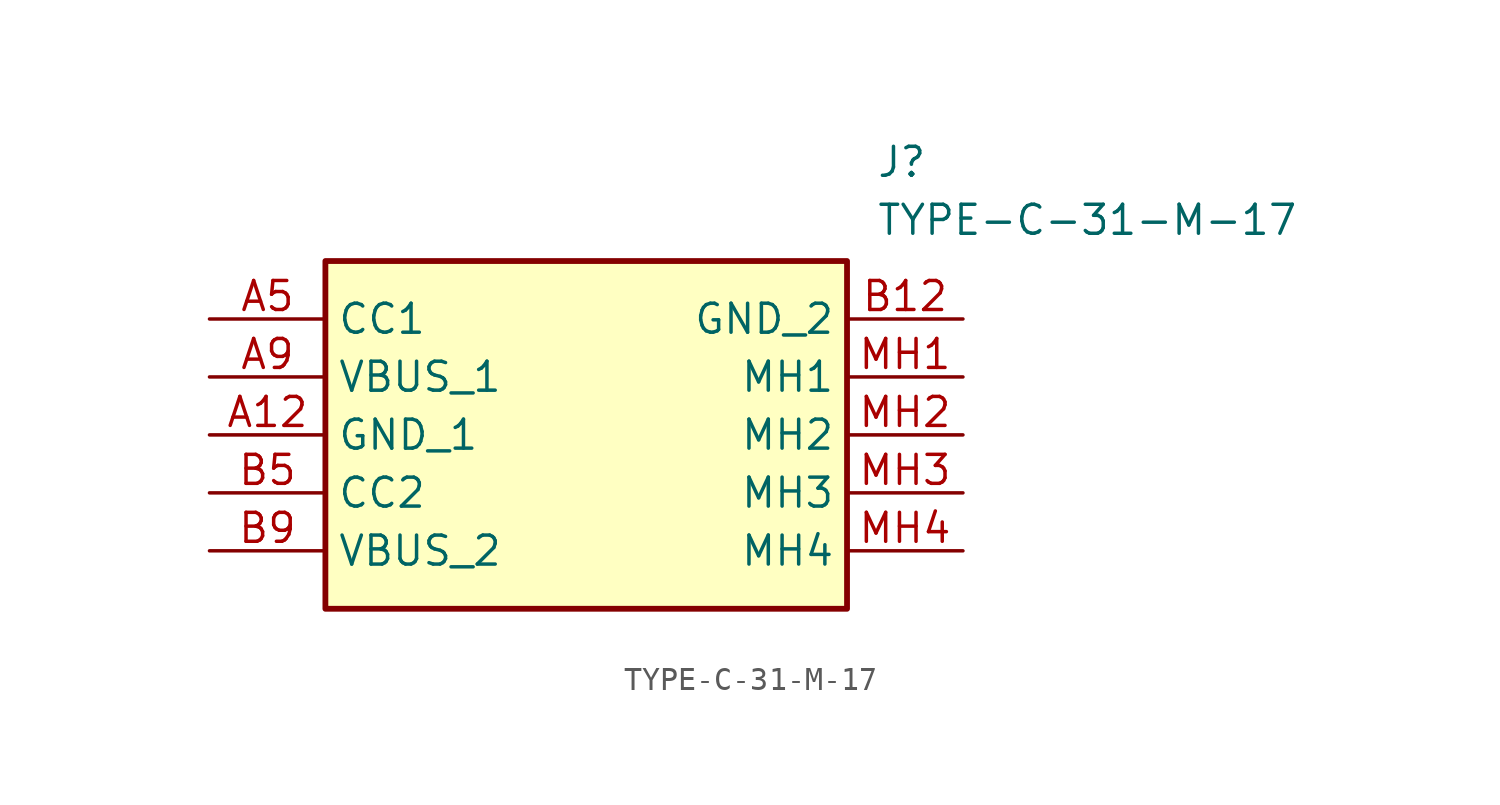
<source format=kicad_sym>
(kicad_symbol_lib
  (version 20211014)
  (generator SamacSys_ECAD_Model)
  (symbol "TYPE-C-31-M-17"
    (property "Reference" "J"
      (at 29.21 7.62 0)
      (effects (font (size 1.27 1.27)) (justify left top)))
    (property "Value" "TYPE-C-31-M-17"
      (at 29.21 5.08 0)
      (effects (font (size 1.27 1.27)) (justify left top)))
    (rectangle
      (start 5.08 2.54)
      (end 27.94 -12.7)
      (stroke (width 0.254) (type default))
      (fill (type background)))
    (pin passive line
      (at 0 0 0)
      (length 5.08)
      (name "CC1" (effects (font (size 1.27 1.27))))
      (number "A5" (effects (font (size 1.27 1.27)))))
    (pin passive line
      (at 0 -2.54 0)
      (length 5.08)
      (name "VBUS_1" (effects (font (size 1.27 1.27))))
      (number "A9" (effects (font (size 1.27 1.27)))))
    (pin passive line
      (at 0 -5.08 0)
      (length 5.08)
      (name "GND_1" (effects (font (size 1.27 1.27))))
      (number "A12" (effects (font (size 1.27 1.27)))))
    (pin passive line
      (at 0 -7.62 0)
      (length 5.08)
      (name "CC2" (effects (font (size 1.27 1.27))))
      (number "B5" (effects (font (size 1.27 1.27)))))
    (pin passive line
      (at 0 -10.16 0)
      (length 5.08)
      (name "VBUS_2" (effects (font (size 1.27 1.27))))
      (number "B9" (effects (font (size 1.27 1.27)))))
    (pin passive line
      (at 33.02 0 180)
      (length 5.08)
      (name "GND_2" (effects (font (size 1.27 1.27))))
      (number "B12" (effects (font (size 1.27 1.27)))))
    (pin passive line
      (at 33.02 -2.54 180)
      (length 5.08)
      (name "MH1" (effects (font (size 1.27 1.27))))
      (number "MH1" (effects (font (size 1.27 1.27)))))
    (pin passive line
      (at 33.02 -5.08 180)
      (length 5.08)
      (name "MH2" (effects (font (size 1.27 1.27))))
      (number "MH2" (effects (font (size 1.27 1.27)))))
    (pin passive line
      (at 33.02 -7.62 180)
      (length 5.08)
      (name "MH3" (effects (font (size 1.27 1.27))))
      (number "MH3" (effects (font (size 1.27 1.27)))))
    (pin passive line
      (at 33.02 -10.16 180)
      (length 5.08)
      (name "MH4" (effects (font (size 1.27 1.27))))
      (number "MH4" (effects (font (size 1.27 1.27)))))))
</source>
